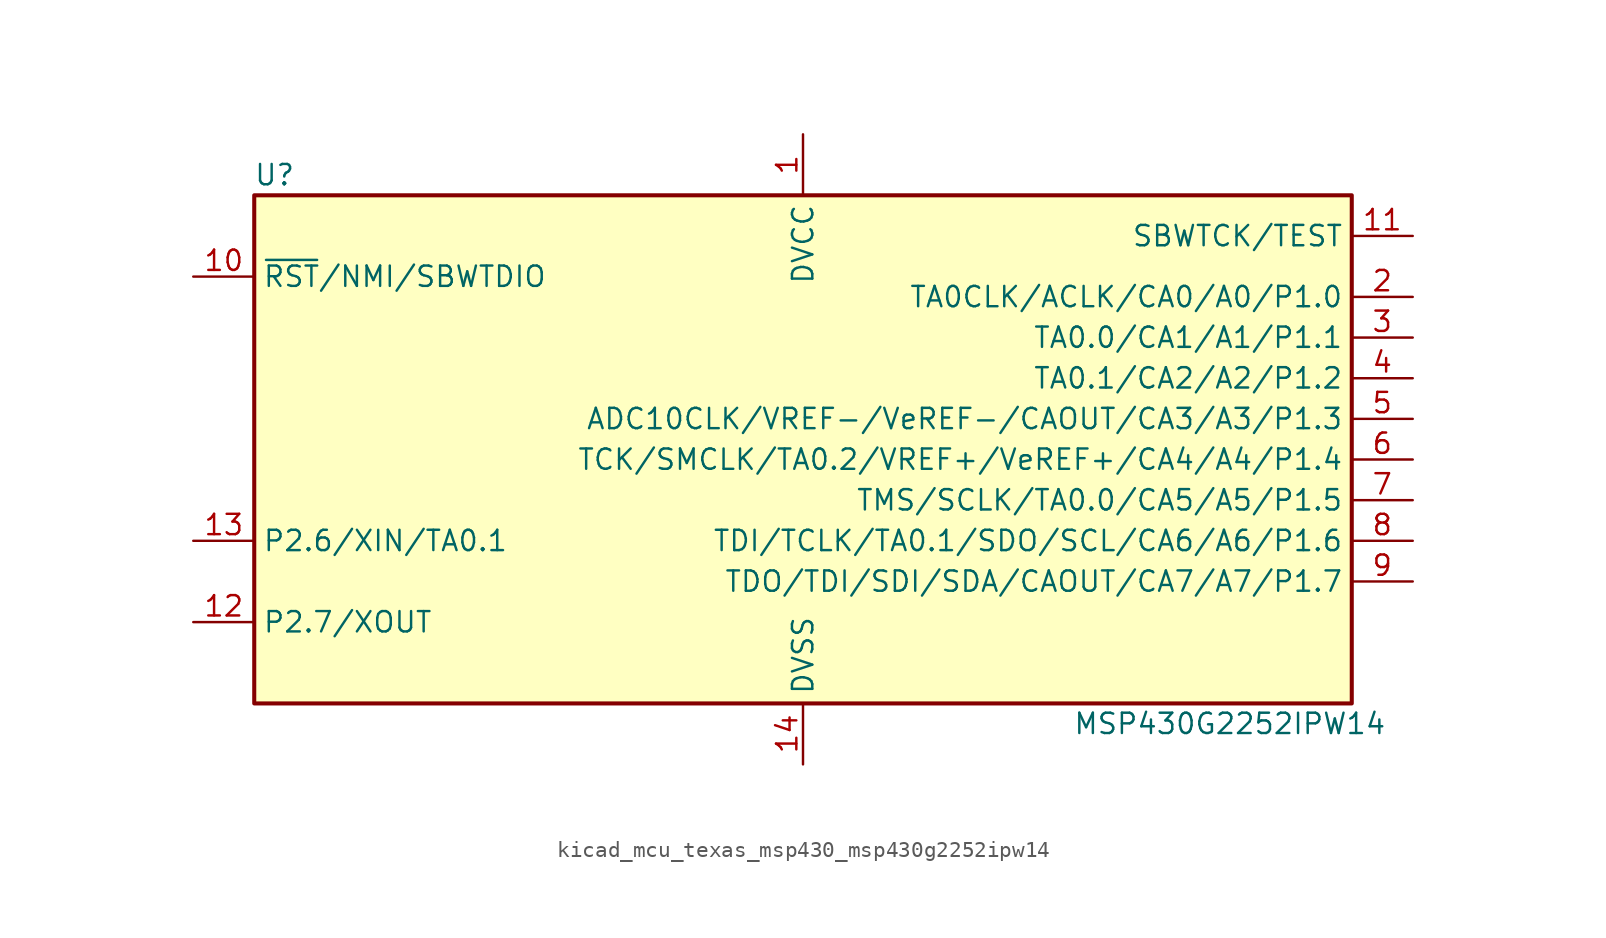
<source format=kicad_sym>
(kicad_symbol_lib
  (version 20220914)
  (generator kicad_symbol_editor)
  (symbol "kicad_mcu_texas_msp430_msp430g2252ipw14"
    (property "Reference" "U"
      (at -33.02 17.78 0)
      (effects (font (size 1.27 1.27))))
    (property "Value" "MSP430G2252IPW14"
      (at 26.67 -16.51 0)
      (effects (font (size 1.27 1.27))))
    (symbol "kicad_mcu_texas_msp430_msp430g2252ipw14_0_1"
      (rectangle (start -34.29 16.51) (end 34.29 -15.24) (stroke (width 0.254) (type default)) (fill (type background))))
    (symbol "kicad_mcu_texas_msp430_msp430g2252ipw14_1_1"
      (pin power_in line (at 0 20.32 270) (length 3.81) (name "DVCC" (effects (font (size 1.27 1.27)))) (number "1" (effects (font (size 1.27 1.27)))))
      (pin input line (at -38.1 11.43 0) (length 3.81) (name "~{RST}/NMI/SBWTDIO" (effects (font (size 1.27 1.27)))) (number "10" (effects (font (size 1.27 1.27)))))
      (pin input line (at 38.1 13.97 180) (length 3.81) (name "SBWTCK/TEST" (effects (font (size 1.27 1.27)))) (number "11" (effects (font (size 1.27 1.27)))))
      (pin bidirectional line (at -38.1 -10.16 0) (length 3.81) (name "P2.7/XOUT" (effects (font (size 1.27 1.27)))) (number "12" (effects (font (size 1.27 1.27)))))
      (pin bidirectional line (at -38.1 -5.08 0) (length 3.81) (name "P2.6/XIN/TA0.1" (effects (font (size 1.27 1.27)))) (number "13" (effects (font (size 1.27 1.27)))))
      (pin power_in line (at 0 -19.05 90) (length 3.81) (name "DVSS" (effects (font (size 1.27 1.27)))) (number "14" (effects (font (size 1.27 1.27)))))
      (pin bidirectional line (at 38.1 10.16 180) (length 3.81) (name "TA0CLK/ACLK/CA0/A0/P1.0" (effects (font (size 1.27 1.27)))) (number "2" (effects (font (size 1.27 1.27)))))
      (pin bidirectional line (at 38.1 7.62 180) (length 3.81) (name "TA0.0/CA1/A1/P1.1" (effects (font (size 1.27 1.27)))) (number "3" (effects (font (size 1.27 1.27)))))
      (pin bidirectional line (at 38.1 5.08 180) (length 3.81) (name "TA0.1/CA2/A2/P1.2" (effects (font (size 1.27 1.27)))) (number "4" (effects (font (size 1.27 1.27)))))
      (pin bidirectional line (at 38.1 2.54 180) (length 3.81) (name "ADC10CLK/VREF-/VeREF-/CAOUT/CA3/A3/P1.3" (effects (font (size 1.27 1.27)))) (number "5" (effects (font (size 1.27 1.27)))))
      (pin bidirectional line (at 38.1 0 180) (length 3.81) (name "TCK/SMCLK/TA0.2/VREF+/VeREF+/CA4/A4/P1.4" (effects (font (size 1.27 1.27)))) (number "6" (effects (font (size 1.27 1.27)))))
      (pin bidirectional line (at 38.1 -2.54 180) (length 3.81) (name "TMS/SCLK/TA0.0/CA5/A5/P1.5" (effects (font (size 1.27 1.27)))) (number "7" (effects (font (size 1.27 1.27)))))
      (pin bidirectional line (at 38.1 -5.08 180) (length 3.81) (name "TDI/TCLK/TA0.1/SDO/SCL/CA6/A6/P1.6" (effects (font (size 1.27 1.27)))) (number "8" (effects (font (size 1.27 1.27)))))
      (pin bidirectional line (at 38.1 -7.62 180) (length 3.81) (name "TDO/TDI/SDI/SDA/CAOUT/CA7/A7/P1.7" (effects (font (size 1.27 1.27)))) (number "9" (effects (font (size 1.27 1.27))))))))
</source>
